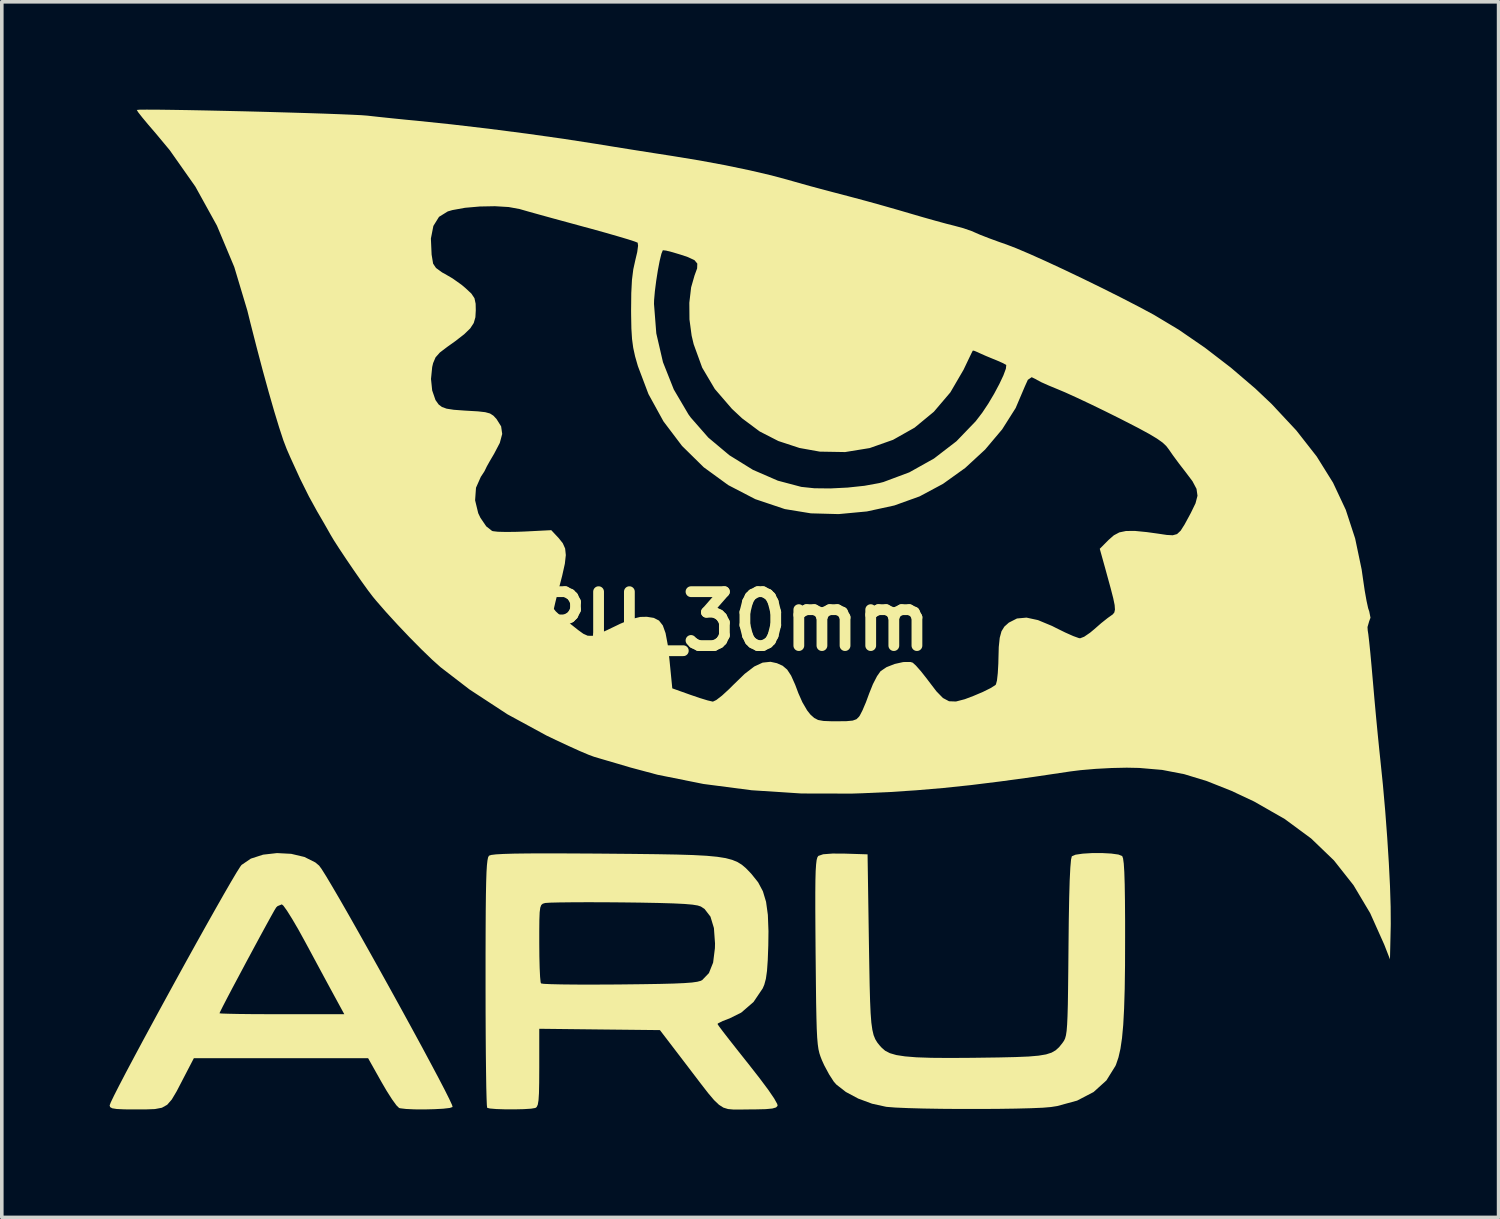
<source format=kicad_pcb>
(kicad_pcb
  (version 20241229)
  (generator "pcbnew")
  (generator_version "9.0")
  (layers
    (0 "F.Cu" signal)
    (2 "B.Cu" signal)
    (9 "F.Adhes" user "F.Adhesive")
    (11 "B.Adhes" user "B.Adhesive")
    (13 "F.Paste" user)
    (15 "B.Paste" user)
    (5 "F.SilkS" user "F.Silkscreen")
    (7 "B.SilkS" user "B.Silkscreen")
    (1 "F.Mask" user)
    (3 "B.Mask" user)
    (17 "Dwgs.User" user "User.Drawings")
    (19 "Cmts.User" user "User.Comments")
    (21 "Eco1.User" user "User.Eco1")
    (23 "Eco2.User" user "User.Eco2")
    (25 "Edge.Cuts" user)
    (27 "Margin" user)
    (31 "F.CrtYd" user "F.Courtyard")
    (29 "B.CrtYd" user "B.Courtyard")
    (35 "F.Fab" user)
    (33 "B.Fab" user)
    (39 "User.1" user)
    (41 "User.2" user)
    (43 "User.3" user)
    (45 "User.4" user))
  (footprint "ARU_30mm"
    (layer "F.Cu")
    (at 16.639 14.233)
    (property "Reference" "ARU_30mm" (at 0 0 0) (layer "F.SilkS") (effects (font (size 1.5 1.5) (thickness 0.3))))
    (attr board_only exclude_from_pos_files exclude_from_bom)
    (fp_poly (pts (xy -11.587 6.472) (xy -11.22 6.559) (xy -10.918 6.71) (xy -10.81 6.8) (xy -10.739 6.898) (xy -10.614 7.097) (xy -10.442 7.386) (xy -10.229 7.75) (xy -9.984 8.177) (xy -9.714 8.654) (xy -9.425 9.168) (xy -9.125 9.705) (xy -8.821 10.253) (xy -8.52 10.799) (xy -8.23 11.329) (xy -7.957 11.831) (xy -7.71 12.292) (xy -7.494 12.698) (xy -7.318 13.036) (xy -7.189 13.294) (xy -7.113 13.458) (xy -7.097 13.515) (xy -7.177 13.542) (xy -7.359 13.563) (xy -7.606 13.576) (xy -7.884 13.583) (xy -8.158 13.581) (xy -8.393 13.57) (xy -8.554 13.551) (xy -8.586 13.542) (xy -8.661 13.468) (xy -8.782 13.301) (xy -8.932 13.066) (xy -9.071 12.828) (xy -9.448 12.157) (xy -11.872 12.158) (xy -14.296 12.158) (xy -14.602 12.747) (xy -14.774 13.078) (xy -14.91 13.307) (xy -15.038 13.454) (xy -15.185 13.536) (xy -15.38 13.573) (xy -15.652 13.583) (xy -15.892 13.583) (xy -16.223 13.581) (xy -16.44 13.571) (xy -16.567 13.551) (xy -16.625 13.518) (xy -16.639 13.471) (xy -16.607 13.386) (xy -16.515 13.195) (xy -16.372 12.914) (xy -16.184 12.553) (xy -15.958 12.128) (xy -15.703 11.652) (xy -15.424 11.137) (xy -15.3 10.908) (xy -13.583 10.908) (xy -13.518 10.915) (xy -13.335 10.921) (xy -13.053 10.927) (xy -12.688 10.931) (xy -12.26 10.933) (xy -11.846 10.934) (xy -10.11 10.934) (xy -10.378 10.442) (xy -10.504 10.21) (xy -10.676 9.892) (xy -10.876 9.521) (xy -11.085 9.132) (xy -11.203 8.914) (xy -11.389 8.576) (xy -11.56 8.284) (xy -11.702 8.057) (xy -11.803 7.916) (xy -11.848 7.878) (xy -11.966 7.926) (xy -12.005 7.963) (xy -12.053 8.041) (xy -12.151 8.216) (xy -12.29 8.469) (xy -12.459 8.779) (xy -12.646 9.126) (xy -12.842 9.49) (xy -13.034 9.851) (xy -13.214 10.188) (xy -13.369 10.483) (xy -13.489 10.715) (xy -13.563 10.863) (xy -13.583 10.908) (xy -15.3 10.908) (xy -15.131 10.598) (xy -14.829 10.046) (xy -14.527 9.497) (xy -14.231 8.963) (xy -13.949 8.458) (xy -13.688 7.995) (xy -13.456 7.587) (xy -13.26 7.248) (xy -13.107 6.99) (xy -13.005 6.829) (xy -12.969 6.781) (xy -12.71 6.605) (xy -12.369 6.495) (xy -11.982 6.451)) (stroke (width 0) (type solid)) (fill yes) (layer "F.SilkS"))
    (fp_poly (pts (xy 11.227 6.464) (xy 11.428 6.492) (xy 11.532 6.533) (xy 11.556 6.598) (xy 11.576 6.745) (xy 11.591 6.982) (xy 11.602 7.321) (xy 11.609 7.77) (xy 11.613 8.339) (xy 11.613 8.793) (xy 11.611 9.573) (xy 11.602 10.231) (xy 11.585 10.779) (xy 11.561 11.23) (xy 11.527 11.599) (xy 11.483 11.897) (xy 11.428 12.137) (xy 11.361 12.334) (xy 11.344 12.372) (xy 11.093 12.776) (xy 10.736 13.099) (xy 10.277 13.338) (xy 9.723 13.489) (xy 9.55 13.516) (xy 9.327 13.535) (xy 8.993 13.549) (xy 8.571 13.56) (xy 8.087 13.567) (xy 7.564 13.57) (xy 7.028 13.57) (xy 6.501 13.566) (xy 6.009 13.558) (xy 5.576 13.546) (xy 5.226 13.531) (xy 4.983 13.512) (xy 4.961 13.509) (xy 4.574 13.424) (xy 4.188 13.281) (xy 3.844 13.097) (xy 3.58 12.891) (xy 3.507 12.808) (xy 3.378 12.608) (xy 3.242 12.355) (xy 3.178 12.214) (xy 3.14 12.117) (xy 3.108 12.02) (xy 3.082 11.908) (xy 3.062 11.767) (xy 3.046 11.583) (xy 3.034 11.34) (xy 3.025 11.025) (xy 3.017 10.623) (xy 3.011 10.119) (xy 3.005 9.5) (xy 3.002 9.232) (xy 2.997 8.554) (xy 2.994 8) (xy 2.994 7.557) (xy 2.997 7.212) (xy 3.004 6.953) (xy 3.016 6.768) (xy 3.031 6.644) (xy 3.052 6.569) (xy 3.077 6.531) (xy 3.078 6.53) (xy 3.212 6.484) (xy 3.473 6.464) (xy 3.813 6.466) (xy 4.448 6.486) (xy 4.485 8.931) (xy 4.496 9.592) (xy 4.506 10.132) (xy 4.518 10.565) (xy 4.533 10.905) (xy 4.553 11.168) (xy 4.581 11.366) (xy 4.616 11.516) (xy 4.663 11.631) (xy 4.721 11.725) (xy 4.793 11.814) (xy 4.84 11.865) (xy 4.937 11.95) (xy 5.069 12.018) (xy 5.248 12.07) (xy 5.49 12.107) (xy 5.808 12.133) (xy 6.217 12.147) (xy 6.73 12.151) (xy 7.362 12.147) (xy 7.505 12.145) (xy 8.093 12.137) (xy 8.562 12.126) (xy 8.928 12.111) (xy 9.206 12.087) (xy 9.414 12.052) (xy 9.567 12.003) (xy 9.682 11.937) (xy 9.775 11.852) (xy 9.862 11.745) (xy 9.875 11.727) (xy 9.913 11.672) (xy 9.943 11.609) (xy 9.967 11.522) (xy 9.986 11.399) (xy 10 11.224) (xy 10.011 10.985) (xy 10.02 10.666) (xy 10.026 10.254) (xy 10.032 9.735) (xy 10.038 9.094) (xy 10.038 9.082) (xy 10.046 8.331) (xy 10.057 7.709) (xy 10.071 7.217) (xy 10.089 6.857) (xy 10.109 6.631) (xy 10.131 6.54) (xy 10.234 6.496) (xy 10.433 6.467) (xy 10.691 6.451) (xy 10.969 6.45)) (stroke (width 0) (type solid)) (fill yes) (layer "F.SilkS"))
    (fp_poly (pts (xy -3.851 6.461) (xy -3.104 6.465) (xy -2.874 6.467) (xy -2.083 6.474) (xy -1.415 6.482) (xy -0.859 6.492) (xy -0.402 6.506) (xy -0.031 6.526) (xy 0.265 6.554) (xy 0.499 6.591) (xy 0.683 6.64) (xy 0.83 6.701) (xy 0.951 6.776) (xy 1.06 6.868) (xy 1.167 6.978) (xy 1.22 7.035) (xy 1.403 7.264) (xy 1.536 7.514) (xy 1.624 7.807) (xy 1.674 8.17) (xy 1.691 8.624) (xy 1.686 9.021) (xy 1.671 9.43) (xy 1.65 9.73) (xy 1.619 9.949) (xy 1.574 10.115) (xy 1.531 10.215) (xy 1.275 10.594) (xy 0.932 10.89) (xy 0.612 11.049) (xy 0.422 11.122) (xy 0.299 11.182) (xy 0.272 11.205) (xy 0.312 11.266) (xy 0.425 11.417) (xy 0.598 11.64) (xy 0.818 11.92) (xy 1.072 12.24) (xy 1.128 12.31) (xy 1.44 12.709) (xy 1.683 13.034) (xy 1.849 13.277) (xy 1.935 13.432) (xy 1.945 13.482) (xy 1.901 13.528) (xy 1.797 13.558) (xy 1.612 13.575) (xy 1.322 13.582) (xy 1.151 13.583) (xy 0.906 13.586) (xy 0.716 13.586) (xy 0.565 13.572) (xy 0.436 13.532) (xy 0.313 13.453) (xy 0.178 13.324) (xy 0.015 13.132) (xy -0.192 12.865) (xy -0.461 12.512) (xy -0.628 12.293) (xy -1.329 11.376) (xy -3.008 11.358) (xy -4.686 11.339) (xy -4.686 12.42) (xy -4.688 12.833) (xy -4.694 13.13) (xy -4.707 13.331) (xy -4.728 13.453) (xy -4.76 13.518) (xy -4.794 13.542) (xy -4.913 13.562) (xy -5.119 13.575) (xy -5.374 13.581) (xy -5.641 13.58) (xy -5.882 13.572) (xy -6.06 13.557) (xy -6.135 13.538) (xy -6.144 13.463) (xy -6.152 13.265) (xy -6.16 12.958) (xy -6.166 12.553) (xy -6.172 12.065) (xy -6.176 11.506) (xy -6.179 10.889) (xy -6.18 10.227) (xy -6.18 10.048) (xy -6.18 9.26) (xy -6.179 8.955) (xy -4.686 8.955) (xy -4.683 9.324) (xy -4.675 9.645) (xy -4.663 9.893) (xy -4.648 10.044) (xy -4.637 10.077) (xy -4.56 10.089) (xy -4.363 10.098) (xy -4.064 10.105) (xy -3.679 10.109) (xy -3.226 10.11) (xy -2.719 10.108) (xy -2.447 10.106) (xy -1.829 10.099) (xy -1.333 10.091) (xy -0.945 10.081) (xy -0.651 10.068) (xy -0.438 10.052) (xy -0.291 10.031) (xy -0.196 10.006) (xy -0.153 9.984) (xy 0.034 9.79) (xy 0.151 9.498) (xy 0.201 9.097) (xy 0.204 8.965) (xy 0.173 8.536) (xy 0.077 8.219) (xy -0.087 8.006) (xy -0.19 7.938) (xy -0.278 7.909) (xy -0.427 7.885) (xy -0.649 7.866) (xy -0.957 7.851) (xy -1.365 7.839) (xy -1.886 7.829) (xy -2.374 7.823) (xy -2.889 7.819) (xy -3.365 7.818) (xy -3.785 7.82) (xy -4.129 7.824) (xy -4.379 7.83) (xy -4.516 7.839) (xy -4.53 7.842) (xy -4.589 7.86) (xy -4.63 7.896) (xy -4.658 7.969) (xy -4.675 8.099) (xy -4.683 8.308) (xy -4.686 8.616) (xy -4.686 8.955) (xy -6.179 8.955) (xy -6.178 8.598) (xy -6.175 8.049) (xy -6.17 7.605) (xy -6.163 7.254) (xy -6.154 6.986) (xy -6.142 6.79) (xy -6.127 6.656) (xy -6.11 6.572) (xy -6.088 6.529) (xy -6.082 6.523) (xy -6.023 6.503) (xy -5.892 6.487) (xy -5.68 6.475) (xy -5.379 6.466) (xy -4.979 6.461) (xy -4.473 6.459)) (stroke (width 0) (type solid)) (fill yes) (layer "F.SilkS"))
    (fp_poly (pts (xy -15.317 -14.232) (xy -14.933 -14.227) (xy -14.479 -14.22) (xy -13.97 -14.21) (xy -13.423 -14.198) (xy -12.854 -14.185) (xy -12.279 -14.17) (xy -11.716 -14.154) (xy -11.179 -14.138) (xy -10.686 -14.122) (xy -10.253 -14.106) (xy -9.895 -14.091) (xy -9.63 -14.078) (xy -9.474 -14.066) (xy -9.175 -14.033) (xy -8.796 -13.993) (xy -8.392 -13.952) (xy -8.116 -13.926) (xy -7.137 -13.824) (xy -6.094 -13.702) (xy -5.035 -13.565) (xy -4.012 -13.421) (xy -3.09 -13.278) (xy -2.604 -13.199) (xy -2.054 -13.111) (xy -1.503 -13.024) (xy -1.013 -12.948) (xy -0.951 -12.938) (xy -0.227 -12.819) (xy 0.49 -12.686) (xy 1.167 -12.545) (xy 1.77 -12.404) (xy 2.207 -12.287) (xy 2.432 -12.223) (xy 2.645 -12.163) (xy 2.871 -12.1) (xy 3.139 -12.028) (xy 3.474 -11.939) (xy 3.906 -11.826) (xy 4.075 -11.781) (xy 4.44 -11.683) (xy 4.875 -11.562) (xy 5.32 -11.435) (xy 5.637 -11.342) (xy 5.997 -11.237) (xy 6.348 -11.138) (xy 6.649 -11.056) (xy 6.859 -11.003) (xy 7.11 -10.935) (xy 7.337 -10.857) (xy 7.431 -10.816) (xy 7.578 -10.752) (xy 7.816 -10.659) (xy 8.108 -10.552) (xy 8.312 -10.481) (xy 8.587 -10.375) (xy 8.959 -10.217) (xy 9.407 -10.016) (xy 9.909 -9.783) (xy 10.441 -9.529) (xy 10.983 -9.264) (xy 11.511 -8.999) (xy 12.003 -8.745) (xy 12.415 -8.524) (xy 13.107 -8.109) (xy 13.834 -7.609) (xy 14.556 -7.054) (xy 15.236 -6.473) (xy 15.689 -6.044) (xy 16.377 -5.307) (xy 16.943 -4.584) (xy 17.398 -3.854) (xy 17.752 -3.1) (xy 18.013 -2.302) (xy 18.194 -1.44) (xy 18.233 -1.167) (xy 18.28 -0.847) (xy 18.33 -0.567) (xy 18.375 -0.361) (xy 18.406 -0.27) (xy 18.44 -0.097) (xy 18.403 0.003) (xy 18.357 0.162) (xy 18.363 0.257) (xy 18.379 0.359) (xy 18.404 0.573) (xy 18.435 0.876) (xy 18.469 1.244) (xy 18.505 1.655) (xy 18.506 1.664) (xy 18.548 2.149) (xy 18.595 2.663) (xy 18.643 3.162) (xy 18.687 3.6) (xy 18.712 3.837) (xy 18.785 4.548) (xy 18.85 5.283) (xy 18.905 6.016) (xy 18.95 6.721) (xy 18.983 7.373) (xy 19.001 7.946) (xy 19.004 8.415) (xy 19.003 8.489) (xy 18.982 9.406) (xy 18.824 9) (xy 18.431 8.122) (xy 17.968 7.345) (xy 17.424 6.656) (xy 16.789 6.045) (xy 16.052 5.502) (xy 15.202 5.016) (xy 14.572 4.72) (xy 13.885 4.447) (xy 13.256 4.255) (xy 12.644 4.137) (xy 12.005 4.082) (xy 11.657 4.075) (xy 11.239 4.084) (xy 10.792 4.108) (xy 10.373 4.144) (xy 10.085 4.18) (xy 9.064 4.332) (xy 8.149 4.457) (xy 7.318 4.56) (xy 6.544 4.641) (xy 5.802 4.704) (xy 5.066 4.752) (xy 4.313 4.786) (xy 4.007 4.796) (xy 2.609 4.793) (xy 1.224 4.703) (xy -0.119 4.528) (xy -1.394 4.272) (xy -2.156 4.068) (xy -2.483 3.971) (xy -2.791 3.881) (xy -3.039 3.808) (xy -3.158 3.773) (xy -3.31 3.717) (xy -3.556 3.613) (xy -3.87 3.471) (xy -4.225 3.305) (xy -4.482 3.182) (xy -5.571 2.59) (xy -6.625 1.9) (xy -7.431 1.28) (xy -7.667 1.069) (xy -7.963 0.783) (xy -8.294 0.448) (xy -8.633 0.091) (xy -8.953 -0.259) (xy -9.228 -0.575) (xy -9.314 -0.679) (xy -9.449 -0.856) (xy -9.631 -1.109) (xy -9.838 -1.406) (xy -10.05 -1.717) (xy -10.245 -2.01) (xy -10.402 -2.254) (xy -10.496 -2.412) (xy -10.564 -2.533) (xy -10.679 -2.734) (xy -10.82 -2.977) (xy -10.864 -3.052) (xy -11.094 -3.47) (xy -11.339 -3.962) (xy -11.608 -4.55) (xy -11.712 -4.788) (xy -11.805 -5.031) (xy -11.922 -5.388) (xy -12.061 -5.844) (xy -12.215 -6.38) (xy -12.38 -6.979) (xy -12.55 -7.624) (xy -12.722 -8.297) (xy -12.807 -8.641) (xy -13.171 -9.854) (xy -13.503 -10.646) (xy -7.701 -10.646) (xy -7.681 -10.2) (xy -7.639 -9.947) (xy -7.559 -9.828) (xy -7.388 -9.703) (xy -7.32 -9.667) (xy -7.093 -9.534) (xy -6.847 -9.359) (xy -6.741 -9.27) (xy -6.575 -9.115) (xy -6.489 -8.987) (xy -6.456 -8.833) (xy -6.452 -8.65) (xy -6.463 -8.456) (xy -6.509 -8.296) (xy -6.607 -8.146) (xy -6.774 -7.984) (xy -7.027 -7.788) (xy -7.246 -7.632) (xy -7.451 -7.476) (xy -7.571 -7.341) (xy -7.639 -7.181) (xy -7.665 -7.071) (xy -7.698 -6.74) (xy -7.665 -6.42) (xy -7.573 -6.153) (xy -7.484 -6.028) (xy -7.393 -5.96) (xy -7.263 -5.913) (xy -7.062 -5.882) (xy -6.761 -5.86) (xy -6.694 -5.856) (xy -6.388 -5.838) (xy -6.187 -5.815) (xy -6.056 -5.779) (xy -5.964 -5.72) (xy -5.878 -5.629) (xy -5.873 -5.622) (xy -5.747 -5.421) (xy -5.717 -5.21) (xy -5.784 -4.96) (xy -5.943 -4.657) (xy -6.062 -4.455) (xy -6.147 -4.303) (xy -6.18 -4.234) (xy -6.18 -4.234) (xy -6.215 -4.164) (xy -6.3 -4.034) (xy -6.31 -4.021) (xy -6.446 -3.714) (xy -6.471 -3.364) (xy -6.384 -3.005) (xy -6.324 -2.879) (xy -6.161 -2.639) (xy -6 -2.513) (xy -5.976 -2.505) (xy -5.839 -2.489) (xy -5.604 -2.483) (xy -5.306 -2.487) (xy -5.079 -2.496) (xy -4.352 -2.533) (xy -4.145 -2.312) (xy -4.032 -2.17) (xy -3.966 -2.022) (xy -3.947 -1.84) (xy -3.974 -1.599) (xy -4.047 -1.271) (xy -4.109 -1.031) (xy -4.182 -0.753) (xy -4.239 -0.524) (xy -4.273 -0.376) (xy -4.279 -0.34) (xy -4.228 -0.275) (xy -4.094 -0.15) (xy -3.899 0.012) (xy -3.795 0.094) (xy -3.602 0.247) (xy -3.459 0.35) (xy -3.338 0.404) (xy -3.212 0.407) (xy -3.05 0.359) (xy -2.826 0.26) (xy -2.511 0.109) (xy -2.433 0.071) (xy -2.122 -0.059) (xy -1.877 -0.119) (xy -1.693 -0.123) (xy -1.499 -0.092) (xy -1.355 -0.018) (xy -1.249 0.117) (xy -1.172 0.332) (xy -1.113 0.646) (xy -1.065 1.058) (xy -0.985 1.868) (xy -0.475 2.05) (xy -0.22 2.137) (xy -0.004 2.203) (xy 0.132 2.235) (xy 0.146 2.237) (xy 0.24 2.192) (xy 0.399 2.069) (xy 0.595 1.889) (xy 0.709 1.775) (xy 1.029 1.465) (xy 1.296 1.26) (xy 1.529 1.152) (xy 1.747 1.129) (xy 1.926 1.168) (xy 2.085 1.239) (xy 2.211 1.346) (xy 2.321 1.514) (xy 2.435 1.769) (xy 2.523 2.003) (xy 2.634 2.254) (xy 2.766 2.48) (xy 2.858 2.597) (xy 2.964 2.692) (xy 3.072 2.748) (xy 3.222 2.775) (xy 3.452 2.784) (xy 3.586 2.784) (xy 3.861 2.781) (xy 4.034 2.765) (xy 4.138 2.727) (xy 4.207 2.66) (xy 4.232 2.625) (xy 4.307 2.479) (xy 4.403 2.254) (xy 4.494 2.007) (xy 4.597 1.751) (xy 4.712 1.528) (xy 4.81 1.39) (xy 4.976 1.278) (xy 5.204 1.189) (xy 5.442 1.136) (xy 5.64 1.134) (xy 5.705 1.154) (xy 5.793 1.234) (xy 5.934 1.394) (xy 6.099 1.603) (xy 6.143 1.662) (xy 6.364 1.951) (xy 6.544 2.136) (xy 6.715 2.227) (xy 6.907 2.234) (xy 7.153 2.17) (xy 7.398 2.077) (xy 7.657 1.967) (xy 7.867 1.863) (xy 7.997 1.782) (xy 8.019 1.759) (xy 8.048 1.65) (xy 8.071 1.444) (xy 8.086 1.179) (xy 8.088 1.087) (xy 8.098 0.72) (xy 8.125 0.461) (xy 8.174 0.28) (xy 8.254 0.15) (xy 8.374 0.043) (xy 8.377 0.04) (xy 8.605 -0.076) (xy 8.87 -0.1) (xy 9.189 -0.031) (xy 9.581 0.132) (xy 9.691 0.188) (xy 9.949 0.315) (xy 10.172 0.414) (xy 10.325 0.469) (xy 10.362 0.475) (xy 10.474 0.432) (xy 10.638 0.32) (xy 10.757 0.221) (xy 10.948 0.054) (xy 11.128 -0.089) (xy 11.204 -0.143) (xy 11.27 -0.19) (xy 11.313 -0.243) (xy 11.331 -0.323) (xy 11.322 -0.449) (xy 11.283 -0.639) (xy 11.212 -0.915) (xy 11.108 -1.294) (xy 11.061 -1.466) (xy 10.908 -2.015) (xy 11.156 -2.264) (xy 11.3 -2.39) (xy 11.452 -2.471) (xy 11.639 -2.51) (xy 11.886 -2.512) (xy 12.22 -2.479) (xy 12.531 -2.436) (xy 12.772 -2.4) (xy 12.938 -2.391) (xy 13.058 -2.424) (xy 13.159 -2.519) (xy 13.269 -2.693) (xy 13.416 -2.964) (xy 13.442 -3.013) (xy 13.572 -3.28) (xy 13.627 -3.491) (xy 13.6 -3.682) (xy 13.488 -3.894) (xy 13.293 -4.153) (xy 13.112 -4.387) (xy 12.939 -4.622) (xy 12.834 -4.774) (xy 12.758 -4.874) (xy 12.652 -4.973) (xy 12.499 -5.081) (xy 12.282 -5.211) (xy 11.982 -5.374) (xy 11.581 -5.58) (xy 11.472 -5.636) (xy 11.06 -5.841) (xy 10.648 -6.041) (xy 10.268 -6.22) (xy 9.949 -6.365) (xy 9.74 -6.453) (xy 9.486 -6.558) (xy 9.28 -6.65) (xy 9.156 -6.716) (xy 9.138 -6.729) (xy 9.014 -6.789) (xy 8.907 -6.716) (xy 8.826 -6.537) (xy 8.568 -5.931) (xy 8.192 -5.337) (xy 7.718 -4.775) (xy 7.163 -4.263) (xy 6.546 -3.821) (xy 5.896 -3.473) (xy 5.193 -3.22) (xy 4.43 -3.054) (xy 3.643 -2.98) (xy 2.871 -3.001) (xy 2.15 -3.119) (xy 2.133 -3.124) (xy 1.324 -3.396) (xy 0.573 -3.786) (xy -0.109 -4.282) (xy -0.714 -4.877) (xy -1.23 -5.559) (xy -1.648 -6.319) (xy -1.942 -7.097) (xy -2.02 -7.369) (xy -2.072 -7.608) (xy -2.105 -7.853) (xy -2.123 -8.142) (xy -2.13 -8.515) (xy -2.131 -8.659) (xy -2.129 -8.828) (xy -1.494 -8.828) (xy -1.43 -8.008) (xy -1.244 -7.206) (xy -0.943 -6.447) (xy -0.535 -5.754) (xy -0.472 -5.667) (xy 0.018 -5.108) (xy 0.604 -4.617) (xy 1.258 -4.212) (xy 1.952 -3.91) (xy 2.605 -3.737) (xy 2.967 -3.699) (xy 3.412 -3.694) (xy 3.893 -3.718) (xy 4.363 -3.768) (xy 4.774 -3.843) (xy 4.89 -3.873) (xy 5.61 -4.142) (xy 6.296 -4.526) (xy 6.921 -5.007) (xy 7.457 -5.564) (xy 7.638 -5.8) (xy 7.807 -6.054) (xy 7.97 -6.329) (xy 8.115 -6.601) (xy 8.228 -6.841) (xy 8.296 -7.025) (xy 8.307 -7.126) (xy 8.301 -7.133) (xy 8.213 -7.181) (xy 8.045 -7.255) (xy 7.946 -7.295) (xy 7.736 -7.382) (xy 7.563 -7.459) (xy 7.515 -7.482) (xy 7.408 -7.526) (xy 7.374 -7.526) (xy 7.34 -7.459) (xy 7.263 -7.299) (xy 7.157 -7.077) (xy 7.118 -6.995) (xy 6.751 -6.366) (xy 6.292 -5.827) (xy 5.755 -5.384) (xy 5.156 -5.046) (xy 4.507 -4.817) (xy 3.823 -4.706) (xy 3.119 -4.718) (xy 2.553 -4.82) (xy 1.966 -5.013) (xy 1.447 -5.279) (xy 0.959 -5.643) (xy 0.674 -5.909) (xy 0.198 -6.461) (xy -0.153 -7.054) (xy -0.39 -7.706) (xy -0.447 -7.946) (xy -0.507 -8.396) (xy -0.511 -8.859) (xy -0.461 -9.287) (xy -0.366 -9.619) (xy -0.294 -9.816) (xy -0.289 -9.95) (xy -0.368 -10.045) (xy -0.55 -10.13) (xy -0.746 -10.196) (xy -0.979 -10.266) (xy -1.157 -10.311) (xy -1.246 -10.321) (xy -1.249 -10.319) (xy -1.288 -10.223) (xy -1.336 -10.027) (xy -1.386 -9.765) (xy -1.432 -9.473) (xy -1.469 -9.185) (xy -1.491 -8.937) (xy -1.494 -8.828) (xy -2.129 -8.828) (xy -2.126 -9.129) (xy -2.107 -9.496) (xy -2.07 -9.79) (xy -2.014 -10.043) (xy -2.014 -10.044) (xy -1.96 -10.272) (xy -1.937 -10.448) (xy -1.948 -10.531) (xy -2.028 -10.563) (xy -2.218 -10.625) (xy -2.501 -10.709) (xy -2.855 -10.811) (xy -3.261 -10.924) (xy -3.43 -10.969) (xy -3.876 -11.091) (xy -4.303 -11.207) (xy -4.683 -11.312) (xy -4.992 -11.398) (xy -5.201 -11.458) (xy -5.236 -11.468) (xy -5.536 -11.523) (xy -5.92 -11.546) (xy -6.34 -11.538) (xy -6.751 -11.502) (xy -7.104 -11.438) (xy -7.231 -11.401) (xy -7.475 -11.25) (xy -7.632 -10.997) (xy -7.701 -10.646) (xy -13.503 -10.646) (xy -13.654 -11.006) (xy -14.254 -12.092) (xy -14.967 -13.105) (xy -15.353 -13.569) (xy -15.562 -13.812) (xy -15.731 -14.015) (xy -15.844 -14.159) (xy -15.883 -14.223) (xy -15.883 -14.224) (xy -15.808 -14.231) (xy -15.614 -14.233)) (stroke (width 0) (type solid)) (fill yes) (layer "F.SilkS")))
  (gr_rect
    (start -3 -3)
    (end 38.643 30.819)
    (stroke (width 0.1) (type default))
    (fill no)
    (layer "Edge.Cuts")))
</source>
